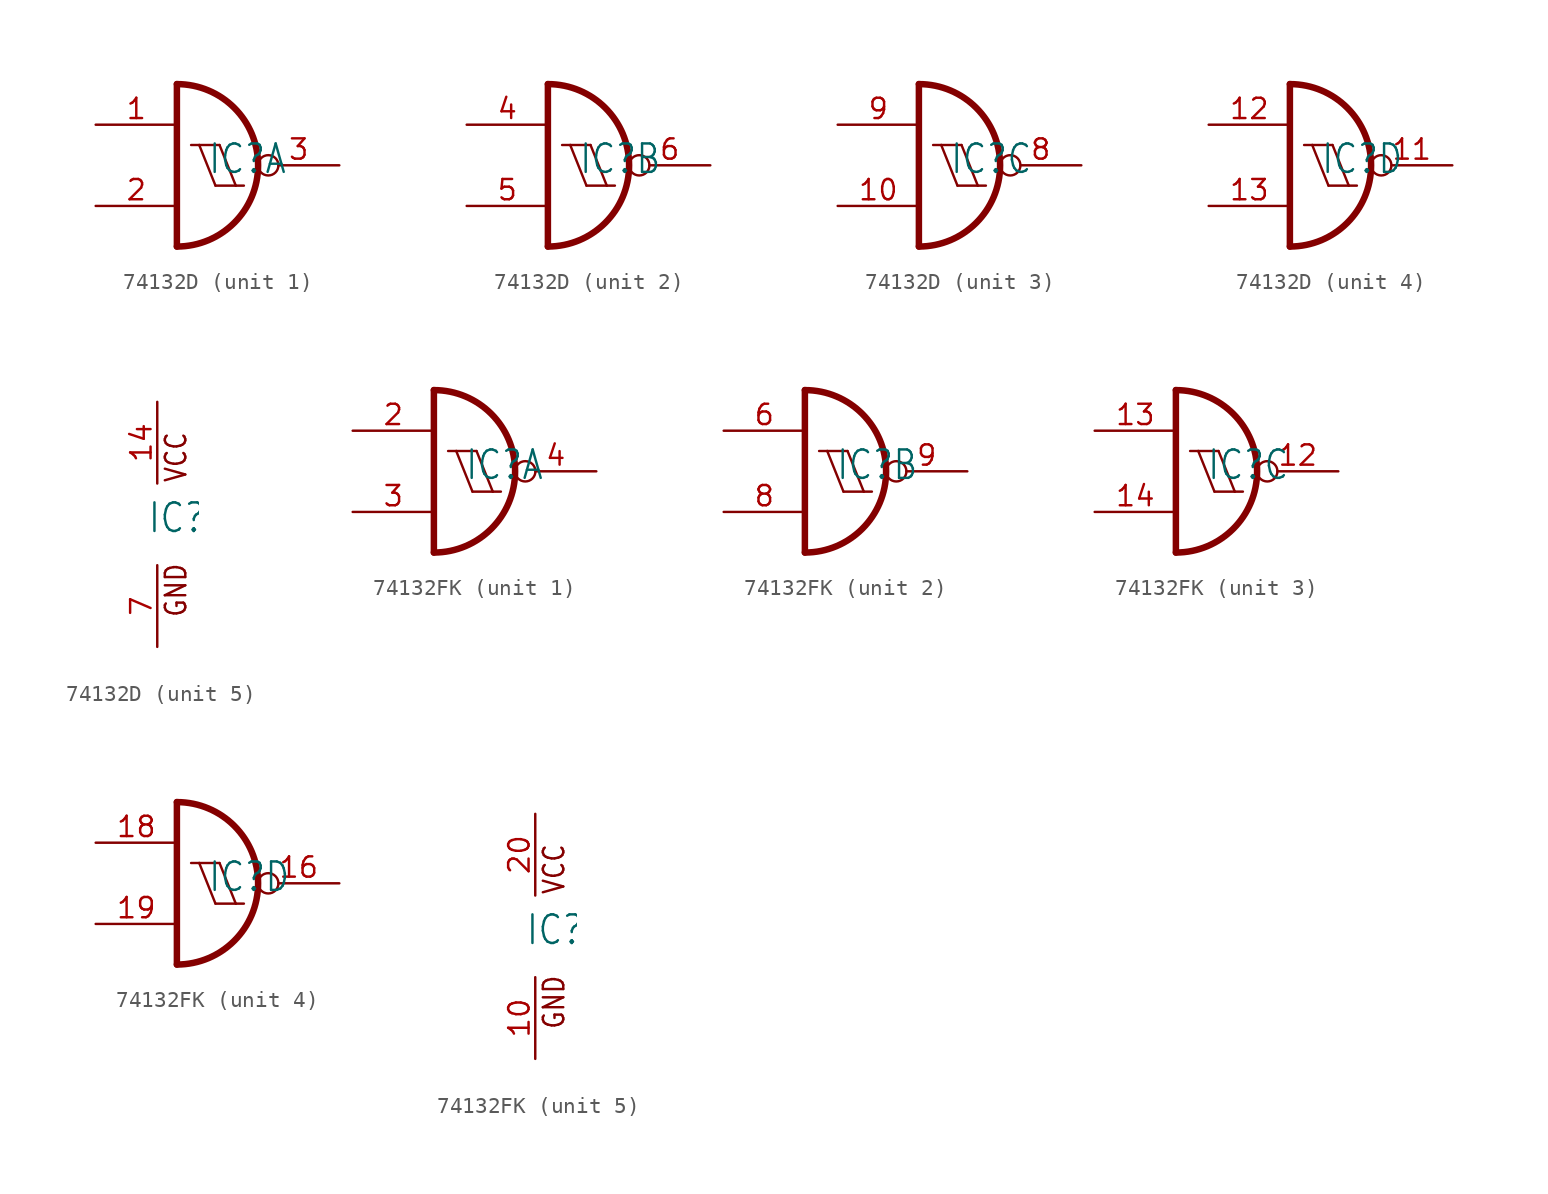
<source format=kicad_sym>
(kicad_symbol_lib
  (version 20220914)
  (generator kicad_symbol_editor)
  (symbol "74132D"
    (property "Reference" "IC"
      (at -0.635 -0.635 0)
      (effects (font (size 1.778 1.511)) (justify left bottom)))
    (property "ki_locked" ""
      (at 0 0 0)
      (effects (font (size 1.27 1.27))))
    (symbol "74132D_1_0"
      (arc (start -2.54 -5.08) (mid 2.54 0) (end -2.54 5.08) (stroke (width 0.4064) (type solid)) (fill (type none)))
      (polyline (pts (xy -2.54 5.08) (xy -2.54 -5.08)) (stroke (width 0.406) (type solid)) (fill (type none)))
      (polyline (pts (xy -1.651 1.27) (xy -1.143 1.27)) (stroke (width 0.152) (type solid)) (fill (type none)))
      (polyline (pts (xy -1.143 1.27) (xy 0.127 1.27)) (stroke (width 0.152) (type solid)) (fill (type none)))
      (polyline (pts (xy -0.127 -1.27) (xy -1.143 1.27)) (stroke (width 0.152) (type solid)) (fill (type none)))
      (polyline (pts (xy -0.127 -1.27) (xy 1.143 -1.27)) (stroke (width 0.152) (type solid)) (fill (type none)))
      (polyline (pts (xy 1.143 -1.27) (xy 0.127 1.27)) (stroke (width 0.152) (type solid)) (fill (type none)))
      (polyline (pts (xy 1.143 -1.27) (xy 1.651 -1.27)) (stroke (width 0.152) (type solid)) (fill (type none)))
      (pin input line (at -7.62 2.54 0) (length 5.08) (name "I0" (effects (font (size 0 0)))) (number "1" (effects (font (size 1.27 1.27)))))
      (pin input line (at -7.62 -2.54 0) (length 5.08) (name "I1" (effects (font (size 0 0)))) (number "2" (effects (font (size 1.27 1.27)))))
      (pin output inverted (at 7.62 0 180) (length 5.08) (name "O" (effects (font (size 0 0)))) (number "3" (effects (font (size 1.27 1.27))))))
    (symbol "74132D_2_0"
      (arc (start -2.54 -5.08) (mid 2.54 0) (end -2.54 5.08) (stroke (width 0.4064) (type solid)) (fill (type none)))
      (polyline (pts (xy -2.54 5.08) (xy -2.54 -5.08)) (stroke (width 0.406) (type solid)) (fill (type none)))
      (polyline (pts (xy -1.651 1.27) (xy -1.143 1.27)) (stroke (width 0.152) (type solid)) (fill (type none)))
      (polyline (pts (xy -1.143 1.27) (xy 0.127 1.27)) (stroke (width 0.152) (type solid)) (fill (type none)))
      (polyline (pts (xy -0.127 -1.27) (xy -1.143 1.27)) (stroke (width 0.152) (type solid)) (fill (type none)))
      (polyline (pts (xy -0.127 -1.27) (xy 1.143 -1.27)) (stroke (width 0.152) (type solid)) (fill (type none)))
      (polyline (pts (xy 1.143 -1.27) (xy 0.127 1.27)) (stroke (width 0.152) (type solid)) (fill (type none)))
      (polyline (pts (xy 1.143 -1.27) (xy 1.651 -1.27)) (stroke (width 0.152) (type solid)) (fill (type none)))
      (pin input line (at -7.62 2.54 0) (length 5.08) (name "I0" (effects (font (size 0 0)))) (number "4" (effects (font (size 1.27 1.27)))))
      (pin input line (at -7.62 -2.54 0) (length 5.08) (name "I1" (effects (font (size 0 0)))) (number "5" (effects (font (size 1.27 1.27)))))
      (pin output inverted (at 7.62 0 180) (length 5.08) (name "O" (effects (font (size 0 0)))) (number "6" (effects (font (size 1.27 1.27))))))
    (symbol "74132D_3_0"
      (arc (start -2.54 -5.08) (mid 2.54 0) (end -2.54 5.08) (stroke (width 0.4064) (type solid)) (fill (type none)))
      (polyline (pts (xy -2.54 5.08) (xy -2.54 -5.08)) (stroke (width 0.406) (type solid)) (fill (type none)))
      (polyline (pts (xy -1.651 1.27) (xy -1.143 1.27)) (stroke (width 0.152) (type solid)) (fill (type none)))
      (polyline (pts (xy -1.143 1.27) (xy 0.127 1.27)) (stroke (width 0.152) (type solid)) (fill (type none)))
      (polyline (pts (xy -0.127 -1.27) (xy -1.143 1.27)) (stroke (width 0.152) (type solid)) (fill (type none)))
      (polyline (pts (xy -0.127 -1.27) (xy 1.143 -1.27)) (stroke (width 0.152) (type solid)) (fill (type none)))
      (polyline (pts (xy 1.143 -1.27) (xy 0.127 1.27)) (stroke (width 0.152) (type solid)) (fill (type none)))
      (polyline (pts (xy 1.143 -1.27) (xy 1.651 -1.27)) (stroke (width 0.152) (type solid)) (fill (type none)))
      (pin input line (at -7.62 -2.54 0) (length 5.08) (name "I1" (effects (font (size 0 0)))) (number "10" (effects (font (size 1.27 1.27)))))
      (pin output inverted (at 7.62 0 180) (length 5.08) (name "O" (effects (font (size 0 0)))) (number "8" (effects (font (size 1.27 1.27)))))
      (pin input line (at -7.62 2.54 0) (length 5.08) (name "I0" (effects (font (size 0 0)))) (number "9" (effects (font (size 1.27 1.27))))))
    (symbol "74132D_4_0"
      (arc (start -2.54 -5.08) (mid 2.54 0) (end -2.54 5.08) (stroke (width 0.4064) (type solid)) (fill (type none)))
      (polyline (pts (xy -2.54 5.08) (xy -2.54 -5.08)) (stroke (width 0.406) (type solid)) (fill (type none)))
      (polyline (pts (xy -1.651 1.27) (xy -1.143 1.27)) (stroke (width 0.152) (type solid)) (fill (type none)))
      (polyline (pts (xy -1.143 1.27) (xy 0.127 1.27)) (stroke (width 0.152) (type solid)) (fill (type none)))
      (polyline (pts (xy -0.127 -1.27) (xy -1.143 1.27)) (stroke (width 0.152) (type solid)) (fill (type none)))
      (polyline (pts (xy -0.127 -1.27) (xy 1.143 -1.27)) (stroke (width 0.152) (type solid)) (fill (type none)))
      (polyline (pts (xy 1.143 -1.27) (xy 0.127 1.27)) (stroke (width 0.152) (type solid)) (fill (type none)))
      (polyline (pts (xy 1.143 -1.27) (xy 1.651 -1.27)) (stroke (width 0.152) (type solid)) (fill (type none)))
      (pin output inverted (at 7.62 0 180) (length 5.08) (name "O" (effects (font (size 0 0)))) (number "11" (effects (font (size 1.27 1.27)))))
      (pin input line (at -7.62 2.54 0) (length 5.08) (name "I0" (effects (font (size 0 0)))) (number "12" (effects (font (size 1.27 1.27)))))
      (pin input line (at -7.62 -2.54 0) (length 5.08) (name "I1" (effects (font (size 0 0)))) (number "13" (effects (font (size 1.27 1.27))))))
    (symbol "74132D_5_0"
      (text "GND" (at 1.905 -5.842 900) (effects (font (size 1.27 1.079)) (justify left bottom)))
      (text "VCC" (at 1.905 2.54 900) (effects (font (size 1.27 1.079)) (justify left bottom)))
      (pin power_in line (at 0 7.62 270) (length 5.08) (name "VCC" (effects (font (size 0 0)))) (number "14" (effects (font (size 1.27 1.27)))))
      (pin power_in line (at 0 -7.62 90) (length 5.08) (name "GND" (effects (font (size 0 0)))) (number "7" (effects (font (size 1.27 1.27)))))))
  (symbol "74132FK"
    (property "Reference" "IC"
      (at -0.635 -0.635 0)
      (effects (font (size 1.778 1.511)) (justify left bottom)))
    (property "ki_locked" ""
      (at 0 0 0)
      (effects (font (size 1.27 1.27))))
    (symbol "74132FK_1_0"
      (arc (start -2.54 -5.08) (mid 2.54 0) (end -2.54 5.08) (stroke (width 0.4064) (type solid)) (fill (type none)))
      (polyline (pts (xy -2.54 5.08) (xy -2.54 -5.08)) (stroke (width 0.406) (type solid)) (fill (type none)))
      (polyline (pts (xy -1.651 1.27) (xy -1.143 1.27)) (stroke (width 0.152) (type solid)) (fill (type none)))
      (polyline (pts (xy -1.143 1.27) (xy 0.127 1.27)) (stroke (width 0.152) (type solid)) (fill (type none)))
      (polyline (pts (xy -0.127 -1.27) (xy -1.143 1.27)) (stroke (width 0.152) (type solid)) (fill (type none)))
      (polyline (pts (xy -0.127 -1.27) (xy 1.143 -1.27)) (stroke (width 0.152) (type solid)) (fill (type none)))
      (polyline (pts (xy 1.143 -1.27) (xy 0.127 1.27)) (stroke (width 0.152) (type solid)) (fill (type none)))
      (polyline (pts (xy 1.143 -1.27) (xy 1.651 -1.27)) (stroke (width 0.152) (type solid)) (fill (type none)))
      (pin input line (at -7.62 2.54 0) (length 5.08) (name "I0" (effects (font (size 0 0)))) (number "2" (effects (font (size 1.27 1.27)))))
      (pin input line (at -7.62 -2.54 0) (length 5.08) (name "I1" (effects (font (size 0 0)))) (number "3" (effects (font (size 1.27 1.27)))))
      (pin output inverted (at 7.62 0 180) (length 5.08) (name "O" (effects (font (size 0 0)))) (number "4" (effects (font (size 1.27 1.27))))))
    (symbol "74132FK_2_0"
      (arc (start -2.54 -5.08) (mid 2.54 0) (end -2.54 5.08) (stroke (width 0.4064) (type solid)) (fill (type none)))
      (polyline (pts (xy -2.54 5.08) (xy -2.54 -5.08)) (stroke (width 0.406) (type solid)) (fill (type none)))
      (polyline (pts (xy -1.651 1.27) (xy -1.143 1.27)) (stroke (width 0.152) (type solid)) (fill (type none)))
      (polyline (pts (xy -1.143 1.27) (xy 0.127 1.27)) (stroke (width 0.152) (type solid)) (fill (type none)))
      (polyline (pts (xy -0.127 -1.27) (xy -1.143 1.27)) (stroke (width 0.152) (type solid)) (fill (type none)))
      (polyline (pts (xy -0.127 -1.27) (xy 1.143 -1.27)) (stroke (width 0.152) (type solid)) (fill (type none)))
      (polyline (pts (xy 1.143 -1.27) (xy 0.127 1.27)) (stroke (width 0.152) (type solid)) (fill (type none)))
      (polyline (pts (xy 1.143 -1.27) (xy 1.651 -1.27)) (stroke (width 0.152) (type solid)) (fill (type none)))
      (pin input line (at -7.62 2.54 0) (length 5.08) (name "I0" (effects (font (size 0 0)))) (number "6" (effects (font (size 1.27 1.27)))))
      (pin input line (at -7.62 -2.54 0) (length 5.08) (name "I1" (effects (font (size 0 0)))) (number "8" (effects (font (size 1.27 1.27)))))
      (pin output inverted (at 7.62 0 180) (length 5.08) (name "O" (effects (font (size 0 0)))) (number "9" (effects (font (size 1.27 1.27))))))
    (symbol "74132FK_3_0"
      (arc (start -2.54 -5.08) (mid 2.54 0) (end -2.54 5.08) (stroke (width 0.4064) (type solid)) (fill (type none)))
      (polyline (pts (xy -2.54 5.08) (xy -2.54 -5.08)) (stroke (width 0.406) (type solid)) (fill (type none)))
      (polyline (pts (xy -1.651 1.27) (xy -1.143 1.27)) (stroke (width 0.152) (type solid)) (fill (type none)))
      (polyline (pts (xy -1.143 1.27) (xy 0.127 1.27)) (stroke (width 0.152) (type solid)) (fill (type none)))
      (polyline (pts (xy -0.127 -1.27) (xy -1.143 1.27)) (stroke (width 0.152) (type solid)) (fill (type none)))
      (polyline (pts (xy -0.127 -1.27) (xy 1.143 -1.27)) (stroke (width 0.152) (type solid)) (fill (type none)))
      (polyline (pts (xy 1.143 -1.27) (xy 0.127 1.27)) (stroke (width 0.152) (type solid)) (fill (type none)))
      (polyline (pts (xy 1.143 -1.27) (xy 1.651 -1.27)) (stroke (width 0.152) (type solid)) (fill (type none)))
      (pin output inverted (at 7.62 0 180) (length 5.08) (name "O" (effects (font (size 0 0)))) (number "12" (effects (font (size 1.27 1.27)))))
      (pin input line (at -7.62 2.54 0) (length 5.08) (name "I0" (effects (font (size 0 0)))) (number "13" (effects (font (size 1.27 1.27)))))
      (pin input line (at -7.62 -2.54 0) (length 5.08) (name "I1" (effects (font (size 0 0)))) (number "14" (effects (font (size 1.27 1.27))))))
    (symbol "74132FK_4_0"
      (arc (start -2.54 -5.08) (mid 2.54 0) (end -2.54 5.08) (stroke (width 0.4064) (type solid)) (fill (type none)))
      (polyline (pts (xy -2.54 5.08) (xy -2.54 -5.08)) (stroke (width 0.406) (type solid)) (fill (type none)))
      (polyline (pts (xy -1.651 1.27) (xy -1.143 1.27)) (stroke (width 0.152) (type solid)) (fill (type none)))
      (polyline (pts (xy -1.143 1.27) (xy 0.127 1.27)) (stroke (width 0.152) (type solid)) (fill (type none)))
      (polyline (pts (xy -0.127 -1.27) (xy -1.143 1.27)) (stroke (width 0.152) (type solid)) (fill (type none)))
      (polyline (pts (xy -0.127 -1.27) (xy 1.143 -1.27)) (stroke (width 0.152) (type solid)) (fill (type none)))
      (polyline (pts (xy 1.143 -1.27) (xy 0.127 1.27)) (stroke (width 0.152) (type solid)) (fill (type none)))
      (polyline (pts (xy 1.143 -1.27) (xy 1.651 -1.27)) (stroke (width 0.152) (type solid)) (fill (type none)))
      (pin output inverted (at 7.62 0 180) (length 5.08) (name "O" (effects (font (size 0 0)))) (number "16" (effects (font (size 1.27 1.27)))))
      (pin input line (at -7.62 2.54 0) (length 5.08) (name "I0" (effects (font (size 0 0)))) (number "18" (effects (font (size 1.27 1.27)))))
      (pin input line (at -7.62 -2.54 0) (length 5.08) (name "I1" (effects (font (size 0 0)))) (number "19" (effects (font (size 1.27 1.27))))))
    (symbol "74132FK_5_0"
      (text "GND" (at 1.905 -5.842 900) (effects (font (size 1.27 1.079)) (justify left bottom)))
      (text "VCC" (at 1.905 2.54 900) (effects (font (size 1.27 1.079)) (justify left bottom)))
      (pin power_in line (at 0 -7.62 90) (length 5.08) (name "GND" (effects (font (size 0 0)))) (number "10" (effects (font (size 1.27 1.27)))))
      (pin power_in line (at 0 7.62 270) (length 5.08) (name "VCC" (effects (font (size 0 0)))) (number "20" (effects (font (size 1.27 1.27))))))))
</source>
